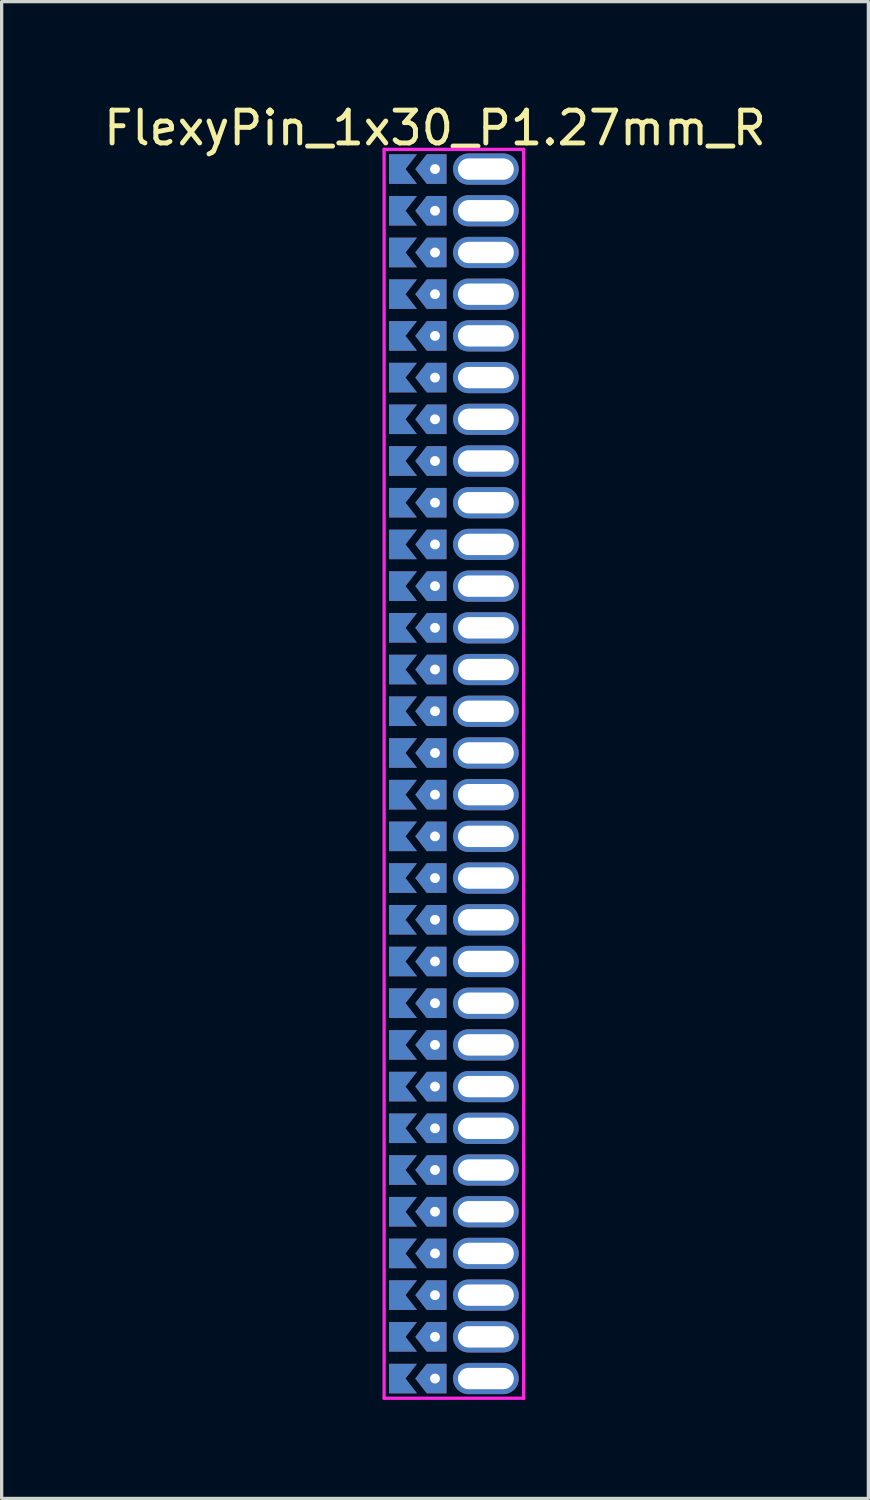
<source format=kicad_pcb>
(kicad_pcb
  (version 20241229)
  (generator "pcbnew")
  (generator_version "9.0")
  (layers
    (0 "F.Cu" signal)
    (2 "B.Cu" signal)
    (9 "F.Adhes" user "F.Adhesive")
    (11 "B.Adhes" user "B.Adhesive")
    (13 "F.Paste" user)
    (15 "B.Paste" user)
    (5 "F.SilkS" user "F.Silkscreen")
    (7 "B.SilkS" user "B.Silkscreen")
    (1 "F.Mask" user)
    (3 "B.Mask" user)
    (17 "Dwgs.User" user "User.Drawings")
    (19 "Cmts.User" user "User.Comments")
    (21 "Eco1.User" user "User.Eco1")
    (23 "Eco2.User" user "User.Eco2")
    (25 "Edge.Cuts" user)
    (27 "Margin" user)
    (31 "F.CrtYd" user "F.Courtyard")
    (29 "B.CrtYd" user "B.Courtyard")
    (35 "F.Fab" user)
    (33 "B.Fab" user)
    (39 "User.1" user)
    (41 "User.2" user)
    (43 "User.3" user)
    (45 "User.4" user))
  (footprint "FlexyPin_1x30_P1.27mm_R"
    (layer "F.Cu")
    (at 10.196 2.098)
    (property "Reference" "FlexyPin_1x30_P1.27mm_R" (at 0 -1.25 0) (layer "F.SilkS") (effects (font (size 1 1) (thickness 0.15))))
    (attr through_hole)
    (fp_line (start -1.55 -0.6) (end 2.7 -0.6) (stroke (width 0.1) (type solid)) (layer "F.CrtYd"))
    (fp_line (start -1.55 37.43) (end -1.55 -0.6) (stroke (width 0.1) (type solid)) (layer "F.CrtYd"))
    (fp_line (start 2.7 -0.6) (end 2.7 37.43) (stroke (width 0.1) (type solid)) (layer "F.CrtYd"))
    (fp_line (start 2.7 37.43) (end -1.55 37.43) (stroke (width 0.1) (type solid)) (layer "F.CrtYd"))
    (pad "" thru_hole custom (at 0 0) (size 0.3 0.3) (drill 0.6) (layers "*.Cu" "*.Mask") (options (anchor rect)) (primitives (gr_poly (pts (xy 0.35 0.45) (xy 0.35 -0.45) (xy -0.25 -0.45) (xy -0.6 0) (xy -0.25 0.45)) (width 0) (fill yes))))
    (pad "" thru_hole custom (at 0 1.27) (size 0.3 0.3) (drill 0.6) (layers "*.Cu" "*.Mask") (options (anchor rect)) (primitives (gr_poly (pts (xy 0.35 0.45) (xy 0.35 -0.45) (xy -0.25 -0.45) (xy -0.6 0) (xy -0.25 0.45)) (width 0) (fill yes))))
    (pad "" thru_hole custom (at 0 2.54) (size 0.3 0.3) (drill 0.6) (layers "*.Cu" "*.Mask") (options (anchor rect)) (primitives (gr_poly (pts (xy 0.35 0.45) (xy 0.35 -0.45) (xy -0.25 -0.45) (xy -0.6 0) (xy -0.25 0.45)) (width 0) (fill yes))))
    (pad "" thru_hole custom (at 0 3.81) (size 0.3 0.3) (drill 0.6) (layers "*.Cu" "*.Mask") (options (anchor rect)) (primitives (gr_poly (pts (xy 0.35 0.45) (xy 0.35 -0.45) (xy -0.25 -0.45) (xy -0.6 0) (xy -0.25 0.45)) (width 0) (fill yes))))
    (pad "" thru_hole custom (at 0 5.08) (size 0.3 0.3) (drill 0.6) (layers "*.Cu" "*.Mask") (options (anchor rect)) (primitives (gr_poly (pts (xy 0.35 0.45) (xy 0.35 -0.45) (xy -0.25 -0.45) (xy -0.6 0) (xy -0.25 0.45)) (width 0) (fill yes))))
    (pad "" thru_hole custom (at 0 6.35) (size 0.3 0.3) (drill 0.6) (layers "*.Cu" "*.Mask") (options (anchor rect)) (primitives (gr_poly (pts (xy 0.35 0.45) (xy 0.35 -0.45) (xy -0.25 -0.45) (xy -0.6 0) (xy -0.25 0.45)) (width 0) (fill yes))))
    (pad "" thru_hole custom (at 0 7.62) (size 0.3 0.3) (drill 0.6) (layers "*.Cu" "*.Mask") (options (anchor rect)) (primitives (gr_poly (pts (xy 0.35 0.45) (xy 0.35 -0.45) (xy -0.25 -0.45) (xy -0.6 0) (xy -0.25 0.45)) (width 0) (fill yes))))
    (pad "" thru_hole custom (at 0 8.89) (size 0.3 0.3) (drill 0.6) (layers "*.Cu" "*.Mask") (options (anchor rect)) (primitives (gr_poly (pts (xy 0.35 0.45) (xy 0.35 -0.45) (xy -0.25 -0.45) (xy -0.6 0) (xy -0.25 0.45)) (width 0) (fill yes))))
    (pad "" thru_hole custom (at 0 10.16) (size 0.3 0.3) (drill 0.6) (layers "*.Cu" "*.Mask") (options (anchor rect)) (primitives (gr_poly (pts (xy 0.35 0.45) (xy 0.35 -0.45) (xy -0.25 -0.45) (xy -0.6 0) (xy -0.25 0.45)) (width 0) (fill yes))))
    (pad "" thru_hole custom (at 0 11.43) (size 0.3 0.3) (drill 0.6) (layers "*.Cu" "*.Mask") (options (anchor rect)) (primitives (gr_poly (pts (xy 0.35 0.45) (xy 0.35 -0.45) (xy -0.25 -0.45) (xy -0.6 0) (xy -0.25 0.45)) (width 0) (fill yes))))
    (pad "" thru_hole custom (at 0 12.7) (size 0.3 0.3) (drill 0.6) (layers "*.Cu" "*.Mask") (options (anchor rect)) (primitives (gr_poly (pts (xy 0.35 0.45) (xy 0.35 -0.45) (xy -0.25 -0.45) (xy -0.6 0) (xy -0.25 0.45)) (width 0) (fill yes))))
    (pad "" thru_hole custom (at 0 13.97) (size 0.3 0.3) (drill 0.6) (layers "*.Cu" "*.Mask") (options (anchor rect)) (primitives (gr_poly (pts (xy 0.35 0.45) (xy 0.35 -0.45) (xy -0.25 -0.45) (xy -0.6 0) (xy -0.25 0.45)) (width 0) (fill yes))))
    (pad "" thru_hole custom (at 0 15.24) (size 0.3 0.3) (drill 0.6) (layers "*.Cu" "*.Mask") (options (anchor rect)) (primitives (gr_poly (pts (xy 0.35 0.45) (xy 0.35 -0.45) (xy -0.25 -0.45) (xy -0.6 0) (xy -0.25 0.45)) (width 0) (fill yes))))
    (pad "" thru_hole custom (at 0 16.51) (size 0.3 0.3) (drill 0.6) (layers "*.Cu" "*.Mask") (options (anchor rect)) (primitives (gr_poly (pts (xy 0.35 0.45) (xy 0.35 -0.45) (xy -0.25 -0.45) (xy -0.6 0) (xy -0.25 0.45)) (width 0) (fill yes))))
    (pad "" thru_hole custom (at 0 17.78) (size 0.3 0.3) (drill 0.6) (layers "*.Cu" "*.Mask") (options (anchor rect)) (primitives (gr_poly (pts (xy 0.35 0.45) (xy 0.35 -0.45) (xy -0.25 -0.45) (xy -0.6 0) (xy -0.25 0.45)) (width 0) (fill yes))))
    (pad "" thru_hole custom (at 0 19.05) (size 0.3 0.3) (drill 0.6) (layers "*.Cu" "*.Mask") (options (anchor rect)) (primitives (gr_poly (pts (xy 0.35 0.45) (xy 0.35 -0.45) (xy -0.25 -0.45) (xy -0.6 0) (xy -0.25 0.45)) (width 0) (fill yes))))
    (pad "" thru_hole custom (at 0 20.32) (size 0.3 0.3) (drill 0.6) (layers "*.Cu" "*.Mask") (options (anchor rect)) (primitives (gr_poly (pts (xy 0.35 0.45) (xy 0.35 -0.45) (xy -0.25 -0.45) (xy -0.6 0) (xy -0.25 0.45)) (width 0) (fill yes))))
    (pad "" thru_hole custom (at 0 21.59) (size 0.3 0.3) (drill 0.6) (layers "*.Cu" "*.Mask") (options (anchor rect)) (primitives (gr_poly (pts (xy 0.35 0.45) (xy 0.35 -0.45) (xy -0.25 -0.45) (xy -0.6 0) (xy -0.25 0.45)) (width 0) (fill yes))))
    (pad "" thru_hole custom (at 0 22.86) (size 0.3 0.3) (drill 0.6) (layers "*.Cu" "*.Mask") (options (anchor rect)) (primitives (gr_poly (pts (xy 0.35 0.45) (xy 0.35 -0.45) (xy -0.25 -0.45) (xy -0.6 0) (xy -0.25 0.45)) (width 0) (fill yes))))
    (pad "" thru_hole custom (at 0 24.13) (size 0.3 0.3) (drill 0.6) (layers "*.Cu" "*.Mask") (options (anchor rect)) (primitives (gr_poly (pts (xy 0.35 0.45) (xy 0.35 -0.45) (xy -0.25 -0.45) (xy -0.6 0) (xy -0.25 0.45)) (width 0) (fill yes))))
    (pad "" thru_hole custom (at 0 25.4) (size 0.3 0.3) (drill 0.6) (layers "*.Cu" "*.Mask") (options (anchor rect)) (primitives (gr_poly (pts (xy 0.35 0.45) (xy 0.35 -0.45) (xy -0.25 -0.45) (xy -0.6 0) (xy -0.25 0.45)) (width 0) (fill yes))))
    (pad "" thru_hole custom (at 0 26.67) (size 0.3 0.3) (drill 0.6) (layers "*.Cu" "*.Mask") (options (anchor rect)) (primitives (gr_poly (pts (xy 0.35 0.45) (xy 0.35 -0.45) (xy -0.25 -0.45) (xy -0.6 0) (xy -0.25 0.45)) (width 0) (fill yes))))
    (pad "" thru_hole custom (at 0 27.94) (size 0.3 0.3) (drill 0.6) (layers "*.Cu" "*.Mask") (options (anchor rect)) (primitives (gr_poly (pts (xy 0.35 0.45) (xy 0.35 -0.45) (xy -0.25 -0.45) (xy -0.6 0) (xy -0.25 0.45)) (width 0) (fill yes))))
    (pad "" thru_hole custom (at 0 29.21) (size 0.3 0.3) (drill 0.6) (layers "*.Cu" "*.Mask") (options (anchor rect)) (primitives (gr_poly (pts (xy 0.35 0.45) (xy 0.35 -0.45) (xy -0.25 -0.45) (xy -0.6 0) (xy -0.25 0.45)) (width 0) (fill yes))))
    (pad "" thru_hole custom (at 0 30.48) (size 0.3 0.3) (drill 0.6) (layers "*.Cu" "*.Mask") (options (anchor rect)) (primitives (gr_poly (pts (xy 0.35 0.45) (xy 0.35 -0.45) (xy -0.25 -0.45) (xy -0.6 0) (xy -0.25 0.45)) (width 0) (fill yes))))
    (pad "" thru_hole custom (at 0 31.75) (size 0.3 0.3) (drill 0.6) (layers "*.Cu" "*.Mask") (options (anchor rect)) (primitives (gr_poly (pts (xy 0.35 0.45) (xy 0.35 -0.45) (xy -0.25 -0.45) (xy -0.6 0) (xy -0.25 0.45)) (width 0) (fill yes))))
    (pad "" thru_hole custom (at 0 33.02) (size 0.3 0.3) (drill 0.6) (layers "*.Cu" "*.Mask") (options (anchor rect)) (primitives (gr_poly (pts (xy 0.35 0.45) (xy 0.35 -0.45) (xy -0.25 -0.45) (xy -0.6 0) (xy -0.25 0.45)) (width 0) (fill yes))))
    (pad "" thru_hole custom (at 0 34.29) (size 0.3 0.3) (drill 0.6) (layers "*.Cu" "*.Mask") (options (anchor rect)) (primitives (gr_poly (pts (xy 0.35 0.45) (xy 0.35 -0.45) (xy -0.25 -0.45) (xy -0.6 0) (xy -0.25 0.45)) (width 0) (fill yes))))
    (pad "" thru_hole custom (at 0 35.56) (size 0.3 0.3) (drill 0.6) (layers "*.Cu" "*.Mask") (options (anchor rect)) (primitives (gr_poly (pts (xy 0.35 0.45) (xy 0.35 -0.45) (xy -0.25 -0.45) (xy -0.6 0) (xy -0.25 0.45)) (width 0) (fill yes))))
    (pad "" thru_hole custom (at 0 36.83) (size 0.3 0.3) (drill 0.6) (layers "*.Cu" "*.Mask") (options (anchor rect)) (primitives (gr_poly (pts (xy 0.35 0.45) (xy 0.35 -0.45) (xy -0.25 -0.45) (xy -0.6 0) (xy -0.25 0.45)) (width 0) (fill yes))))
    (pad "" thru_hole oval (at 1.55 0) (size 2 0.95) (drill oval 1.7 0.65) (layers "*.Cu" "*.Mask"))
    (pad "" thru_hole oval (at 1.55 1.27) (size 2 0.95) (drill oval 1.7 0.65) (layers "*.Cu" "*.Mask"))
    (pad "" thru_hole oval (at 1.55 2.54) (size 2 0.95) (drill oval 1.7 0.65) (layers "*.Cu" "*.Mask"))
    (pad "" thru_hole oval (at 1.55 3.81) (size 2 0.95) (drill oval 1.7 0.65) (layers "*.Cu" "*.Mask"))
    (pad "" thru_hole oval (at 1.55 5.08) (size 2 0.95) (drill oval 1.7 0.65) (layers "*.Cu" "*.Mask"))
    (pad "" thru_hole oval (at 1.55 6.35) (size 2 0.95) (drill oval 1.7 0.65) (layers "*.Cu" "*.Mask"))
    (pad "" thru_hole oval (at 1.55 7.62) (size 2 0.95) (drill oval 1.7 0.65) (layers "*.Cu" "*.Mask"))
    (pad "" thru_hole oval (at 1.55 8.89) (size 2 0.95) (drill oval 1.7 0.65) (layers "*.Cu" "*.Mask"))
    (pad "" thru_hole oval (at 1.55 10.16) (size 2 0.95) (drill oval 1.7 0.65) (layers "*.Cu" "*.Mask"))
    (pad "" thru_hole oval (at 1.55 11.43) (size 2 0.95) (drill oval 1.7 0.65) (layers "*.Cu" "*.Mask"))
    (pad "" thru_hole oval (at 1.55 12.7) (size 2 0.95) (drill oval 1.7 0.65) (layers "*.Cu" "*.Mask"))
    (pad "" thru_hole oval (at 1.55 13.97) (size 2 0.95) (drill oval 1.7 0.65) (layers "*.Cu" "*.Mask"))
    (pad "" thru_hole oval (at 1.55 15.24) (size 2 0.95) (drill oval 1.7 0.65) (layers "*.Cu" "*.Mask"))
    (pad "" thru_hole oval (at 1.55 16.51) (size 2 0.95) (drill oval 1.7 0.65) (layers "*.Cu" "*.Mask"))
    (pad "" thru_hole oval (at 1.55 17.78) (size 2 0.95) (drill oval 1.7 0.65) (layers "*.Cu" "*.Mask"))
    (pad "" thru_hole oval (at 1.55 19.05) (size 2 0.95) (drill oval 1.7 0.65) (layers "*.Cu" "*.Mask"))
    (pad "" thru_hole oval (at 1.55 20.32) (size 2 0.95) (drill oval 1.7 0.65) (layers "*.Cu" "*.Mask"))
    (pad "" thru_hole oval (at 1.55 21.59) (size 2 0.95) (drill oval 1.7 0.65) (layers "*.Cu" "*.Mask"))
    (pad "" thru_hole oval (at 1.55 22.86) (size 2 0.95) (drill oval 1.7 0.65) (layers "*.Cu" "*.Mask"))
    (pad "" thru_hole oval (at 1.55 24.13) (size 2 0.95) (drill oval 1.7 0.65) (layers "*.Cu" "*.Mask"))
    (pad "" thru_hole oval (at 1.55 25.4) (size 2 0.95) (drill oval 1.7 0.65) (layers "*.Cu" "*.Mask"))
    (pad "" thru_hole oval (at 1.55 26.67) (size 2 0.95) (drill oval 1.7 0.65) (layers "*.Cu" "*.Mask"))
    (pad "" thru_hole oval (at 1.55 27.94) (size 2 0.95) (drill oval 1.7 0.65) (layers "*.Cu" "*.Mask"))
    (pad "" thru_hole oval (at 1.55 29.21) (size 2 0.95) (drill oval 1.7 0.65) (layers "*.Cu" "*.Mask"))
    (pad "" thru_hole oval (at 1.55 30.48) (size 2 0.95) (drill oval 1.7 0.65) (layers "*.Cu" "*.Mask"))
    (pad "" thru_hole oval (at 1.55 31.75) (size 2 0.95) (drill oval 1.7 0.65) (layers "*.Cu" "*.Mask"))
    (pad "" thru_hole oval (at 1.55 33.02) (size 2 0.95) (drill oval 1.7 0.65) (layers "*.Cu" "*.Mask"))
    (pad "" thru_hole oval (at 1.55 34.29) (size 2 0.95) (drill oval 1.7 0.65) (layers "*.Cu" "*.Mask"))
    (pad "" thru_hole oval (at 1.55 35.56) (size 2 0.95) (drill oval 1.7 0.65) (layers "*.Cu" "*.Mask"))
    (pad "" thru_hole oval (at 1.55 36.83) (size 2 0.95) (drill oval 1.7 0.65) (layers "*.Cu" "*.Mask"))
    (pad "1" smd custom (at -0.9 0) (size 0.01 0.01) (layers "F.Cu" "F.Mask") (options (anchor rect)) (primitives (gr_poly (pts (xy 0 0) (xy 0.35 0.45) (xy -0.5 0.45) (xy -0.5 -0.45) (xy 0.35 -0.45)) (width 0) (fill yes))))
    (pad "2" smd custom (at -0.9 1.27) (size 0.01 0.01) (layers "F.Cu" "F.Mask") (options (anchor rect)) (primitives (gr_poly (pts (xy 0 0) (xy 0.35 0.45) (xy -0.5 0.45) (xy -0.5 -0.45) (xy 0.35 -0.45)) (width 0) (fill yes))))
    (pad "3" smd custom (at -0.9 2.54) (size 0.01 0.01) (layers "F.Cu" "F.Mask") (options (anchor rect)) (primitives (gr_poly (pts (xy 0 0) (xy 0.35 0.45) (xy -0.5 0.45) (xy -0.5 -0.45) (xy 0.35 -0.45)) (width 0) (fill yes))))
    (pad "4" smd custom (at -0.9 3.81) (size 0.01 0.01) (layers "F.Cu" "F.Mask") (options (anchor rect)) (primitives (gr_poly (pts (xy 0 0) (xy 0.35 0.45) (xy -0.5 0.45) (xy -0.5 -0.45) (xy 0.35 -0.45)) (width 0) (fill yes))))
    (pad "5" smd custom (at -0.9 5.08) (size 0.01 0.01) (layers "F.Cu" "F.Mask") (options (anchor rect)) (primitives (gr_poly (pts (xy 0 0) (xy 0.35 0.45) (xy -0.5 0.45) (xy -0.5 -0.45) (xy 0.35 -0.45)) (width 0) (fill yes))))
    (pad "6" smd custom (at -0.9 6.35) (size 0.01 0.01) (layers "F.Cu" "F.Mask") (options (anchor rect)) (primitives (gr_poly (pts (xy 0 0) (xy 0.35 0.45) (xy -0.5 0.45) (xy -0.5 -0.45) (xy 0.35 -0.45)) (width 0) (fill yes))))
    (pad "7" smd custom (at -0.9 7.62) (size 0.01 0.01) (layers "F.Cu" "F.Mask") (options (anchor rect)) (primitives (gr_poly (pts (xy 0 0) (xy 0.35 0.45) (xy -0.5 0.45) (xy -0.5 -0.45) (xy 0.35 -0.45)) (width 0) (fill yes))))
    (pad "8" smd custom (at -0.9 8.89) (size 0.01 0.01) (layers "F.Cu" "F.Mask") (options (anchor rect)) (primitives (gr_poly (pts (xy 0 0) (xy 0.35 0.45) (xy -0.5 0.45) (xy -0.5 -0.45) (xy 0.35 -0.45)) (width 0) (fill yes))))
    (pad "9" smd custom (at -0.9 10.16) (size 0.01 0.01) (layers "F.Cu" "F.Mask") (options (anchor rect)) (primitives (gr_poly (pts (xy 0 0) (xy 0.35 0.45) (xy -0.5 0.45) (xy -0.5 -0.45) (xy 0.35 -0.45)) (width 0) (fill yes))))
    (pad "10" smd custom (at -0.9 11.43) (size 0.01 0.01) (layers "F.Cu" "F.Mask") (options (anchor rect)) (primitives (gr_poly (pts (xy 0 0) (xy 0.35 0.45) (xy -0.5 0.45) (xy -0.5 -0.45) (xy 0.35 -0.45)) (width 0) (fill yes))))
    (pad "11" smd custom (at -0.9 12.7) (size 0.01 0.01) (layers "F.Cu" "F.Mask") (options (anchor rect)) (primitives (gr_poly (pts (xy 0 0) (xy 0.35 0.45) (xy -0.5 0.45) (xy -0.5 -0.45) (xy 0.35 -0.45)) (width 0) (fill yes))))
    (pad "12" smd custom (at -0.9 13.97) (size 0.01 0.01) (layers "F.Cu" "F.Mask") (options (anchor rect)) (primitives (gr_poly (pts (xy 0 0) (xy 0.35 0.45) (xy -0.5 0.45) (xy -0.5 -0.45) (xy 0.35 -0.45)) (width 0) (fill yes))))
    (pad "13" smd custom (at -0.9 15.24) (size 0.01 0.01) (layers "F.Cu" "F.Mask") (options (anchor rect)) (primitives (gr_poly (pts (xy 0 0) (xy 0.35 0.45) (xy -0.5 0.45) (xy -0.5 -0.45) (xy 0.35 -0.45)) (width 0) (fill yes))))
    (pad "14" smd custom (at -0.9 16.51) (size 0.01 0.01) (layers "F.Cu" "F.Mask") (options (anchor rect)) (primitives (gr_poly (pts (xy 0 0) (xy 0.35 0.45) (xy -0.5 0.45) (xy -0.5 -0.45) (xy 0.35 -0.45)) (width 0) (fill yes))))
    (pad "15" smd custom (at -0.9 17.78) (size 0.01 0.01) (layers "F.Cu" "F.Mask") (options (anchor rect)) (primitives (gr_poly (pts (xy 0 0) (xy 0.35 0.45) (xy -0.5 0.45) (xy -0.5 -0.45) (xy 0.35 -0.45)) (width 0) (fill yes))))
    (pad "16" smd custom (at -0.9 19.05) (size 0.01 0.01) (layers "F.Cu" "F.Mask") (options (anchor rect)) (primitives (gr_poly (pts (xy 0 0) (xy 0.35 0.45) (xy -0.5 0.45) (xy -0.5 -0.45) (xy 0.35 -0.45)) (width 0) (fill yes))))
    (pad "17" smd custom (at -0.9 20.32) (size 0.01 0.01) (layers "F.Cu" "F.Mask") (options (anchor rect)) (primitives (gr_poly (pts (xy 0 0) (xy 0.35 0.45) (xy -0.5 0.45) (xy -0.5 -0.45) (xy 0.35 -0.45)) (width 0) (fill yes))))
    (pad "18" smd custom (at -0.9 21.59) (size 0.01 0.01) (layers "F.Cu" "F.Mask") (options (anchor rect)) (primitives (gr_poly (pts (xy 0 0) (xy 0.35 0.45) (xy -0.5 0.45) (xy -0.5 -0.45) (xy 0.35 -0.45)) (width 0) (fill yes))))
    (pad "19" smd custom (at -0.9 22.86) (size 0.01 0.01) (layers "F.Cu" "F.Mask") (options (anchor rect)) (primitives (gr_poly (pts (xy 0 0) (xy 0.35 0.45) (xy -0.5 0.45) (xy -0.5 -0.45) (xy 0.35 -0.45)) (width 0) (fill yes))))
    (pad "20" smd custom (at -0.9 24.13) (size 0.01 0.01) (layers "F.Cu" "F.Mask") (options (anchor rect)) (primitives (gr_poly (pts (xy 0 0) (xy 0.35 0.45) (xy -0.5 0.45) (xy -0.5 -0.45) (xy 0.35 -0.45)) (width 0) (fill yes))))
    (pad "21" smd custom (at -0.9 25.4) (size 0.01 0.01) (layers "F.Cu" "F.Mask") (options (anchor rect)) (primitives (gr_poly (pts (xy 0 0) (xy 0.35 0.45) (xy -0.5 0.45) (xy -0.5 -0.45) (xy 0.35 -0.45)) (width 0) (fill yes))))
    (pad "22" smd custom (at -0.9 26.67) (size 0.01 0.01) (layers "F.Cu" "F.Mask") (options (anchor rect)) (primitives (gr_poly (pts (xy 0 0) (xy 0.35 0.45) (xy -0.5 0.45) (xy -0.5 -0.45) (xy 0.35 -0.45)) (width 0) (fill yes))))
    (pad "23" smd custom (at -0.9 27.94) (size 0.01 0.01) (layers "F.Cu" "F.Mask") (options (anchor rect)) (primitives (gr_poly (pts (xy 0 0) (xy 0.35 0.45) (xy -0.5 0.45) (xy -0.5 -0.45) (xy 0.35 -0.45)) (width 0) (fill yes))))
    (pad "24" smd custom (at -0.9 29.21) (size 0.01 0.01) (layers "F.Cu" "F.Mask") (options (anchor rect)) (primitives (gr_poly (pts (xy 0 0) (xy 0.35 0.45) (xy -0.5 0.45) (xy -0.5 -0.45) (xy 0.35 -0.45)) (width 0) (fill yes))))
    (pad "25" smd custom (at -0.9 30.48) (size 0.01 0.01) (layers "F.Cu" "F.Mask") (options (anchor rect)) (primitives (gr_poly (pts (xy 0 0) (xy 0.35 0.45) (xy -0.5 0.45) (xy -0.5 -0.45) (xy 0.35 -0.45)) (width 0) (fill yes))))
    (pad "26" smd custom (at -0.9 31.75) (size 0.01 0.01) (layers "F.Cu" "F.Mask") (options (anchor rect)) (primitives (gr_poly (pts (xy 0 0) (xy 0.35 0.45) (xy -0.5 0.45) (xy -0.5 -0.45) (xy 0.35 -0.45)) (width 0) (fill yes))))
    (pad "27" smd custom (at -0.9 33.02) (size 0.01 0.01) (layers "F.Cu" "F.Mask") (options (anchor rect)) (primitives (gr_poly (pts (xy 0 0) (xy 0.35 0.45) (xy -0.5 0.45) (xy -0.5 -0.45) (xy 0.35 -0.45)) (width 0) (fill yes))))
    (pad "28" smd custom (at -0.9 34.29) (size 0.01 0.01) (layers "F.Cu" "F.Mask") (options (anchor rect)) (primitives (gr_poly (pts (xy 0 0) (xy 0.35 0.45) (xy -0.5 0.45) (xy -0.5 -0.45) (xy 0.35 -0.45)) (width 0) (fill yes))))
    (pad "29" smd custom (at -0.9 35.56) (size 0.01 0.01) (layers "F.Cu" "F.Mask") (options (anchor rect)) (primitives (gr_poly (pts (xy 0 0) (xy 0.35 0.45) (xy -0.5 0.45) (xy -0.5 -0.45) (xy 0.35 -0.45)) (width 0) (fill yes))))
    (pad "30" smd custom (at -0.9 36.83) (size 0.01 0.01) (layers "F.Cu" "F.Mask") (options (anchor rect)) (primitives (gr_poly (pts (xy 0 0) (xy 0.35 0.45) (xy -0.5 0.45) (xy -0.5 -0.45) (xy 0.35 -0.45)) (width 0) (fill yes))))
    (pad "31" smd custom (at -0.9 0) (size 0.01 0.01) (layers "B.Cu" "B.Mask") (options (anchor rect)) (primitives (gr_poly (pts (xy 0 0) (xy 0.35 0.45) (xy -0.5 0.45) (xy -0.5 -0.45) (xy 0.35 -0.45)) (width 0) (fill yes))))
    (pad "32" smd custom (at -0.9 1.27) (size 0.01 0.01) (layers "B.Cu" "B.Mask") (options (anchor rect)) (primitives (gr_poly (pts (xy 0 0) (xy 0.35 0.45) (xy -0.5 0.45) (xy -0.5 -0.45) (xy 0.35 -0.45)) (width 0) (fill yes))))
    (pad "33" smd custom (at -0.9 2.54) (size 0.01 0.01) (layers "B.Cu" "B.Mask") (options (anchor rect)) (primitives (gr_poly (pts (xy 0 0) (xy 0.35 0.45) (xy -0.5 0.45) (xy -0.5 -0.45) (xy 0.35 -0.45)) (width 0) (fill yes))))
    (pad "34" smd custom (at -0.9 3.81) (size 0.01 0.01) (layers "B.Cu" "B.Mask") (options (anchor rect)) (primitives (gr_poly (pts (xy 0 0) (xy 0.35 0.45) (xy -0.5 0.45) (xy -0.5 -0.45) (xy 0.35 -0.45)) (width 0) (fill yes))))
    (pad "35" smd custom (at -0.9 5.08) (size 0.01 0.01) (layers "B.Cu" "B.Mask") (options (anchor rect)) (primitives (gr_poly (pts (xy 0 0) (xy 0.35 0.45) (xy -0.5 0.45) (xy -0.5 -0.45) (xy 0.35 -0.45)) (width 0) (fill yes))))
    (pad "36" smd custom (at -0.9 6.35) (size 0.01 0.01) (layers "B.Cu" "B.Mask") (options (anchor rect)) (primitives (gr_poly (pts (xy 0 0) (xy 0.35 0.45) (xy -0.5 0.45) (xy -0.5 -0.45) (xy 0.35 -0.45)) (width 0) (fill yes))))
    (pad "37" smd custom (at -0.9 7.62) (size 0.01 0.01) (layers "B.Cu" "B.Mask") (options (anchor rect)) (primitives (gr_poly (pts (xy 0 0) (xy 0.35 0.45) (xy -0.5 0.45) (xy -0.5 -0.45) (xy 0.35 -0.45)) (width 0) (fill yes))))
    (pad "38" smd custom (at -0.9 8.89) (size 0.01 0.01) (layers "B.Cu" "B.Mask") (options (anchor rect)) (primitives (gr_poly (pts (xy 0 0) (xy 0.35 0.45) (xy -0.5 0.45) (xy -0.5 -0.45) (xy 0.35 -0.45)) (width 0) (fill yes))))
    (pad "39" smd custom (at -0.9 10.16) (size 0.01 0.01) (layers "B.Cu" "B.Mask") (options (anchor rect)) (primitives (gr_poly (pts (xy 0 0) (xy 0.35 0.45) (xy -0.5 0.45) (xy -0.5 -0.45) (xy 0.35 -0.45)) (width 0) (fill yes))))
    (pad "40" smd custom (at -0.9 11.43) (size 0.01 0.01) (layers "B.Cu" "B.Mask") (options (anchor rect)) (primitives (gr_poly (pts (xy 0 0) (xy 0.35 0.45) (xy -0.5 0.45) (xy -0.5 -0.45) (xy 0.35 -0.45)) (width 0) (fill yes))))
    (pad "41" smd custom (at -0.9 12.7) (size 0.01 0.01) (layers "B.Cu" "B.Mask") (options (anchor rect)) (primitives (gr_poly (pts (xy 0 0) (xy 0.35 0.45) (xy -0.5 0.45) (xy -0.5 -0.45) (xy 0.35 -0.45)) (width 0) (fill yes))))
    (pad "42" smd custom (at -0.9 13.97) (size 0.01 0.01) (layers "B.Cu" "B.Mask") (options (anchor rect)) (primitives (gr_poly (pts (xy 0 0) (xy 0.35 0.45) (xy -0.5 0.45) (xy -0.5 -0.45) (xy 0.35 -0.45)) (width 0) (fill yes))))
    (pad "43" smd custom (at -0.9 15.24) (size 0.01 0.01) (layers "B.Cu" "B.Mask") (options (anchor rect)) (primitives (gr_poly (pts (xy 0 0) (xy 0.35 0.45) (xy -0.5 0.45) (xy -0.5 -0.45) (xy 0.35 -0.45)) (width 0) (fill yes))))
    (pad "44" smd custom (at -0.9 16.51) (size 0.01 0.01) (layers "B.Cu" "B.Mask") (options (anchor rect)) (primitives (gr_poly (pts (xy 0 0) (xy 0.35 0.45) (xy -0.5 0.45) (xy -0.5 -0.45) (xy 0.35 -0.45)) (width 0) (fill yes))))
    (pad "45" smd custom (at -0.9 17.78) (size 0.01 0.01) (layers "B.Cu" "B.Mask") (options (anchor rect)) (primitives (gr_poly (pts (xy 0 0) (xy 0.35 0.45) (xy -0.5 0.45) (xy -0.5 -0.45) (xy 0.35 -0.45)) (width 0) (fill yes))))
    (pad "46" smd custom (at -0.9 19.05) (size 0.01 0.01) (layers "B.Cu" "B.Mask") (options (anchor rect)) (primitives (gr_poly (pts (xy 0 0) (xy 0.35 0.45) (xy -0.5 0.45) (xy -0.5 -0.45) (xy 0.35 -0.45)) (width 0) (fill yes))))
    (pad "47" smd custom (at -0.9 20.32) (size 0.01 0.01) (layers "B.Cu" "B.Mask") (options (anchor rect)) (primitives (gr_poly (pts (xy 0 0) (xy 0.35 0.45) (xy -0.5 0.45) (xy -0.5 -0.45) (xy 0.35 -0.45)) (width 0) (fill yes))))
    (pad "48" smd custom (at -0.9 21.59) (size 0.01 0.01) (layers "B.Cu" "B.Mask") (options (anchor rect)) (primitives (gr_poly (pts (xy 0 0) (xy 0.35 0.45) (xy -0.5 0.45) (xy -0.5 -0.45) (xy 0.35 -0.45)) (width 0) (fill yes))))
    (pad "49" smd custom (at -0.9 22.86) (size 0.01 0.01) (layers "B.Cu" "B.Mask") (options (anchor rect)) (primitives (gr_poly (pts (xy 0 0) (xy 0.35 0.45) (xy -0.5 0.45) (xy -0.5 -0.45) (xy 0.35 -0.45)) (width 0) (fill yes))))
    (pad "50" smd custom (at -0.9 24.13) (size 0.01 0.01) (layers "B.Cu" "B.Mask") (options (anchor rect)) (primitives (gr_poly (pts (xy 0 0) (xy 0.35 0.45) (xy -0.5 0.45) (xy -0.5 -0.45) (xy 0.35 -0.45)) (width 0) (fill yes))))
    (pad "51" smd custom (at -0.9 25.4) (size 0.01 0.01) (layers "B.Cu" "B.Mask") (options (anchor rect)) (primitives (gr_poly (pts (xy 0 0) (xy 0.35 0.45) (xy -0.5 0.45) (xy -0.5 -0.45) (xy 0.35 -0.45)) (width 0) (fill yes))))
    (pad "52" smd custom (at -0.9 26.67) (size 0.01 0.01) (layers "B.Cu" "B.Mask") (options (anchor rect)) (primitives (gr_poly (pts (xy 0 0) (xy 0.35 0.45) (xy -0.5 0.45) (xy -0.5 -0.45) (xy 0.35 -0.45)) (width 0) (fill yes))))
    (pad "53" smd custom (at -0.9 27.94) (size 0.01 0.01) (layers "B.Cu" "B.Mask") (options (anchor rect)) (primitives (gr_poly (pts (xy 0 0) (xy 0.35 0.45) (xy -0.5 0.45) (xy -0.5 -0.45) (xy 0.35 -0.45)) (width 0) (fill yes))))
    (pad "54" smd custom (at -0.9 29.21) (size 0.01 0.01) (layers "B.Cu" "B.Mask") (options (anchor rect)) (primitives (gr_poly (pts (xy 0 0) (xy 0.35 0.45) (xy -0.5 0.45) (xy -0.5 -0.45) (xy 0.35 -0.45)) (width 0) (fill yes))))
    (pad "55" smd custom (at -0.9 30.48) (size 0.01 0.01) (layers "B.Cu" "B.Mask") (options (anchor rect)) (primitives (gr_poly (pts (xy 0 0) (xy 0.35 0.45) (xy -0.5 0.45) (xy -0.5 -0.45) (xy 0.35 -0.45)) (width 0) (fill yes))))
    (pad "56" smd custom (at -0.9 31.75) (size 0.01 0.01) (layers "B.Cu" "B.Mask") (options (anchor rect)) (primitives (gr_poly (pts (xy 0 0) (xy 0.35 0.45) (xy -0.5 0.45) (xy -0.5 -0.45) (xy 0.35 -0.45)) (width 0) (fill yes))))
    (pad "57" smd custom (at -0.9 33.02) (size 0.01 0.01) (layers "B.Cu" "B.Mask") (options (anchor rect)) (primitives (gr_poly (pts (xy 0 0) (xy 0.35 0.45) (xy -0.5 0.45) (xy -0.5 -0.45) (xy 0.35 -0.45)) (width 0) (fill yes))))
    (pad "58" smd custom (at -0.9 34.29) (size 0.01 0.01) (layers "B.Cu" "B.Mask") (options (anchor rect)) (primitives (gr_poly (pts (xy 0 0) (xy 0.35 0.45) (xy -0.5 0.45) (xy -0.5 -0.45) (xy 0.35 -0.45)) (width 0) (fill yes))))
    (pad "59" smd custom (at -0.9 35.56) (size 0.01 0.01) (layers "B.Cu" "B.Mask") (options (anchor rect)) (primitives (gr_poly (pts (xy 0 0) (xy 0.35 0.45) (xy -0.5 0.45) (xy -0.5 -0.45) (xy 0.35 -0.45)) (width 0) (fill yes))))
    (pad "60" smd custom (at -0.9 36.83) (size 0.01 0.01) (layers "B.Cu" "B.Mask") (options (anchor rect)) (primitives (gr_poly (pts (xy 0 0) (xy 0.35 0.45) (xy -0.5 0.45) (xy -0.5 -0.45) (xy 0.35 -0.45)) (width 0) (fill yes)))))
  (gr_rect
    (start -3 -3)
    (end 23.393 42.578)
    (stroke (width 0.1) (type default))
    (fill no)
    (layer "Edge.Cuts")))
</source>
